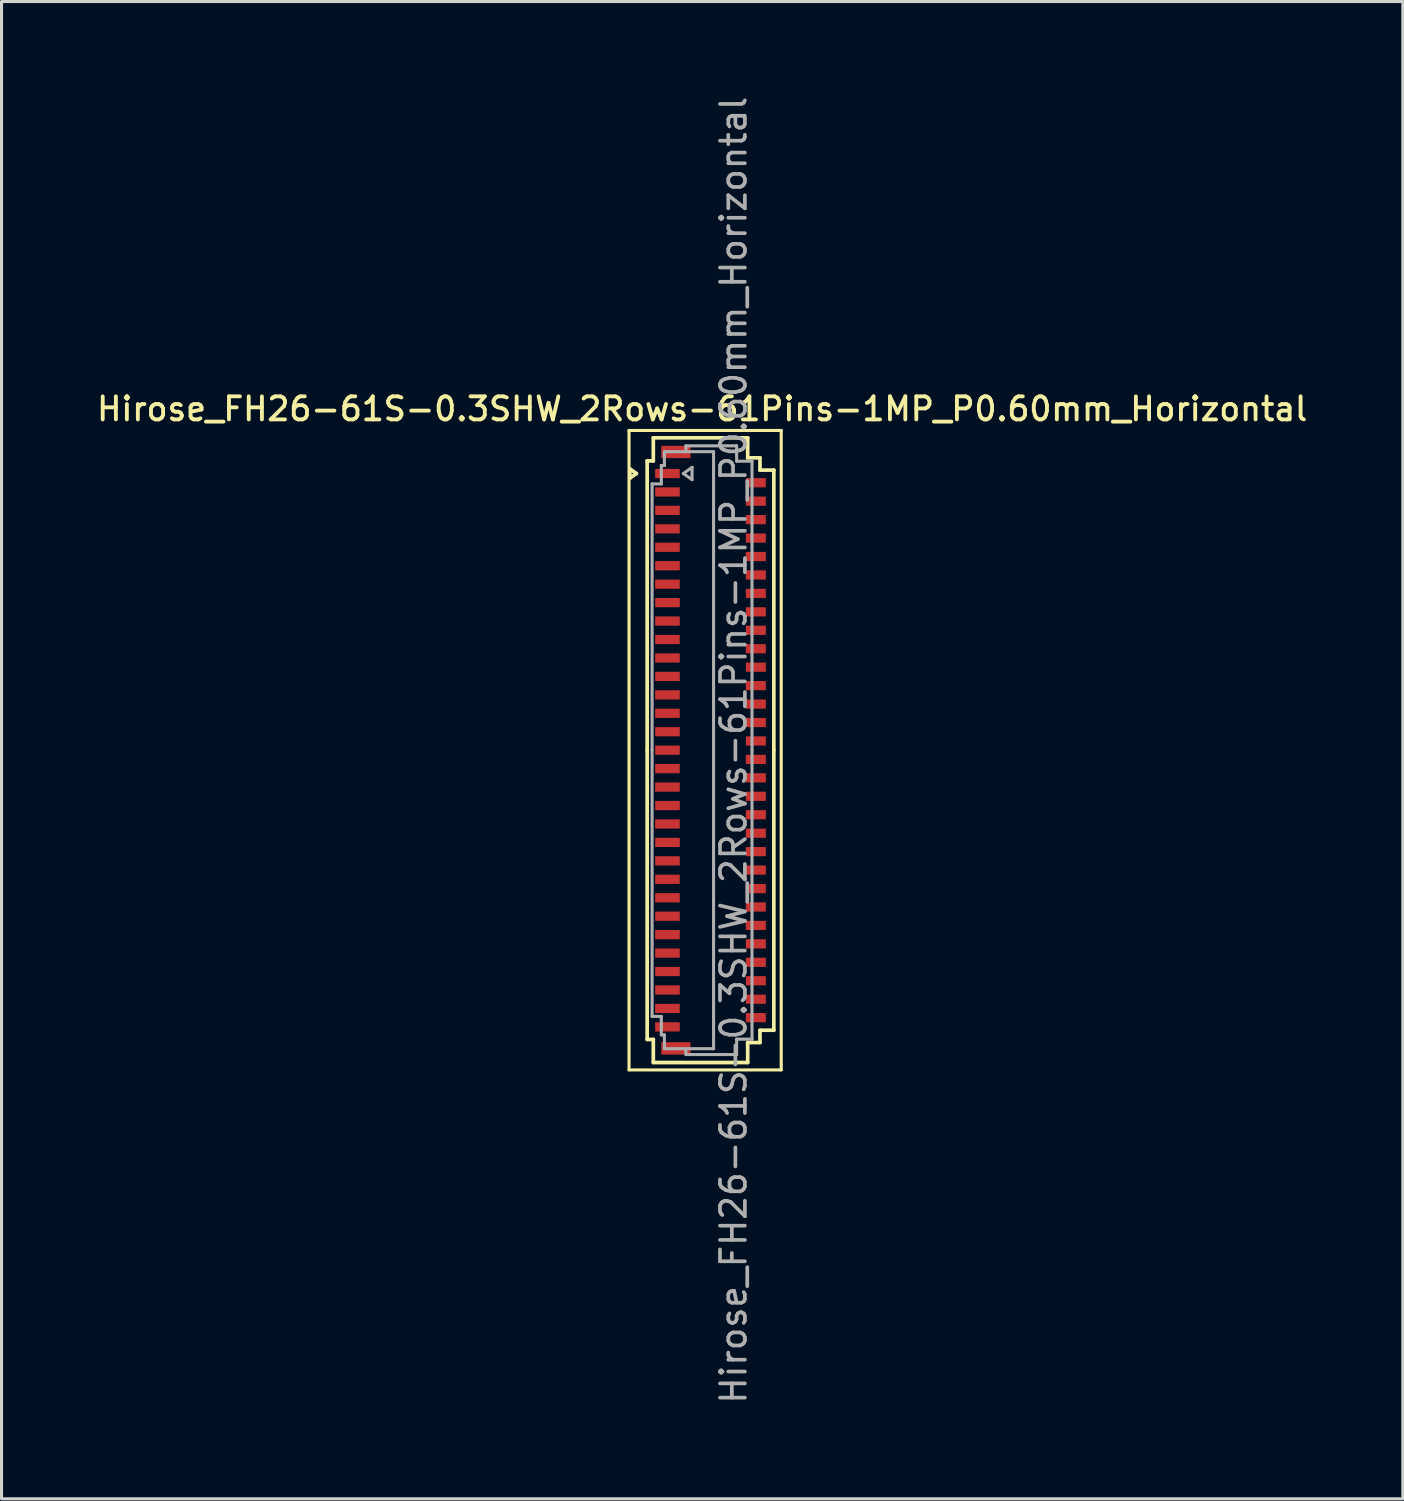
<source format=kicad_pcb>
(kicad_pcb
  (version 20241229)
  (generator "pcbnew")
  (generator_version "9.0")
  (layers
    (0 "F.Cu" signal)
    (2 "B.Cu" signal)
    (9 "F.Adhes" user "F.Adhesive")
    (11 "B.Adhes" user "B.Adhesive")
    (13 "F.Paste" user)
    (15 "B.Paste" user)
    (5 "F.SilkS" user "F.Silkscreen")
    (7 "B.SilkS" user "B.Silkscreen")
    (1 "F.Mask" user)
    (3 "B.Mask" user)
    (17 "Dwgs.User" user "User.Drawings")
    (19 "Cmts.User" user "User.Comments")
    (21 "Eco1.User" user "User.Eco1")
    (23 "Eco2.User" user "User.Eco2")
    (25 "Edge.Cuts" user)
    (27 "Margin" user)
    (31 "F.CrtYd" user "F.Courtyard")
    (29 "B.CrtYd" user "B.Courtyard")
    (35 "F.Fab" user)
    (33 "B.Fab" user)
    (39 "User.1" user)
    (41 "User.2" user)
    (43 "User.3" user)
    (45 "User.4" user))
  (footprint "Hirose_FH26-61S-0.3SHW_2Rows-61Pins-1MP_P0.60mm_Horizontal"
    (layer "F.Cu")
    (at 20.061 21.352)
    (property "Reference" "Hirose_FH26-61S-0.3SHW_2Rows-61Pins-1MP_P0.60mm_Horizontal" (at -0.27 -11.1 0) (layer "F.SilkS") (effects (font (size 0.75 0.75) (thickness 0.125))))
    (attr smd)
    (fp_line (start -2.65 -10.4) (end -2.65 10.4) (stroke (width 0.1) (type solid)) (layer "F.SilkS"))
    (fp_line (start -2.65 10.4) (end 2.3 10.4) (stroke (width 0.1) (type solid)) (layer "F.SilkS"))
    (fp_line (start -2.622 -9.15) (end -2.41 -9) (stroke (width 0.12) (type solid)) (layer "F.SilkS"))
    (fp_line (start -2.622 -8.85) (end -2.622 -9.15) (stroke (width 0.12) (type solid)) (layer "F.SilkS"))
    (fp_line (start -2.41 -9) (end -2.622 -8.85) (stroke (width 0.12) (type solid)) (layer "F.SilkS"))
    (fp_line (start -2.06 -9.41) (end -2.06 0) (stroke (width 0.12) (type solid)) (layer "F.SilkS"))
    (fp_line (start -2.06 9.41) (end -2.06 0) (stroke (width 0.12) (type solid)) (layer "F.SilkS"))
    (fp_line (start -1.86 -10.16) (end -1.86 -9.41) (stroke (width 0.12) (type solid)) (layer "F.SilkS"))
    (fp_line (start -1.86 -9.41) (end -2.06 -9.41) (stroke (width 0.12) (type solid)) (layer "F.SilkS"))
    (fp_line (start -1.86 9.41) (end -2.06 9.41) (stroke (width 0.12) (type solid)) (layer "F.SilkS"))
    (fp_line (start -1.86 10.16) (end -1.86 9.41) (stroke (width 0.12) (type solid)) (layer "F.SilkS"))
    (fp_line (start 1.21 -10.16) (end -1.86 -10.16) (stroke (width 0.12) (type solid)) (layer "F.SilkS"))
    (fp_line (start 1.21 -9.51) (end 1.21 -10.16) (stroke (width 0.12) (type solid)) (layer "F.SilkS"))
    (fp_line (start 1.21 9.51) (end 1.21 10.16) (stroke (width 0.12) (type solid)) (layer "F.SilkS"))
    (fp_line (start 1.21 10.16) (end -1.86 10.16) (stroke (width 0.12) (type solid)) (layer "F.SilkS"))
    (fp_line (start 1.61 -9.51) (end 1.21 -9.51) (stroke (width 0.12) (type solid)) (layer "F.SilkS"))
    (fp_line (start 1.61 -9.11) (end 1.61 -9.51) (stroke (width 0.12) (type solid)) (layer "F.SilkS"))
    (fp_line (start 1.61 9.11) (end 1.61 9.51) (stroke (width 0.12) (type solid)) (layer "F.SilkS"))
    (fp_line (start 1.61 9.51) (end 1.21 9.51) (stroke (width 0.12) (type solid)) (layer "F.SilkS"))
    (fp_line (start 2.06 -9.11) (end 1.61 -9.11) (stroke (width 0.12) (type solid)) (layer "F.SilkS"))
    (fp_line (start 2.06 0) (end 2.06 -9.11) (stroke (width 0.12) (type solid)) (layer "F.SilkS"))
    (fp_line (start 2.06 0) (end 2.06 9.11) (stroke (width 0.12) (type solid)) (layer "F.SilkS"))
    (fp_line (start 2.06 9.11) (end 1.61 9.11) (stroke (width 0.12) (type solid)) (layer "F.SilkS"))
    (fp_line (start 2.3 -10.4) (end -2.65 -10.4) (stroke (width 0.1) (type solid)) (layer "F.SilkS"))
    (fp_line (start 2.3 10.4) (end 2.3 -10.4) (stroke (width 0.1) (type solid)) (layer "F.SilkS"))
    (fp_line (start -1.9 -8.66) (end -1.6 -8.66) (stroke (width 0.1) (type solid)) (layer "F.Fab"))
    (fp_line (start -1.9 0) (end -1.9 -8.66) (stroke (width 0.1) (type solid)) (layer "F.Fab"))
    (fp_line (start -1.9 0) (end -1.9 8.66) (stroke (width 0.1) (type solid)) (layer "F.Fab"))
    (fp_line (start -1.9 8.66) (end -1.6 8.66) (stroke (width 0.1) (type solid)) (layer "F.Fab"))
    (fp_line (start -1.6 -9.26) (end -1.5 -9.26) (stroke (width 0.1) (type solid)) (layer "F.Fab"))
    (fp_line (start -1.6 -8.66) (end -1.6 -9.26) (stroke (width 0.1) (type solid)) (layer "F.Fab"))
    (fp_line (start -1.6 8.66) (end -1.6 9.26) (stroke (width 0.1) (type solid)) (layer "F.Fab"))
    (fp_line (start -1.6 9.26) (end -1.5 9.26) (stroke (width 0.1) (type solid)) (layer "F.Fab"))
    (fp_line (start -1.5 -9.71) (end -0.8 -9.71) (stroke (width 0.1) (type solid)) (layer "F.Fab"))
    (fp_line (start -1.5 -9.26) (end -1.5 -9.71) (stroke (width 0.1) (type solid)) (layer "F.Fab"))
    (fp_line (start -1.5 9.26) (end -1.5 9.71) (stroke (width 0.1) (type solid)) (layer "F.Fab"))
    (fp_line (start -1.5 9.71) (end -0.8 9.71) (stroke (width 0.1) (type solid)) (layer "F.Fab"))
    (fp_line (start -0.883 -9) (end -0.6 -8.8) (stroke (width 0.1) (type solid)) (layer "F.Fab"))
    (fp_line (start -0.8 -9.9) (end 0.85 -9.9) (stroke (width 0.1) (type solid)) (layer "F.Fab"))
    (fp_line (start -0.8 -9.71) (end -0.8 -9.9) (stroke (width 0.1) (type solid)) (layer "F.Fab"))
    (fp_line (start -0.8 9.71) (end -0.8 9.9) (stroke (width 0.1) (type solid)) (layer "F.Fab"))
    (fp_line (start -0.8 9.9) (end 0.85 9.9) (stroke (width 0.1) (type solid)) (layer "F.Fab"))
    (fp_line (start -0.6 -9.2) (end -0.883 -9) (stroke (width 0.1) (type solid)) (layer "F.Fab"))
    (fp_line (start -0.6 -8.8) (end -0.6 -9.2) (stroke (width 0.1) (type solid)) (layer "F.Fab"))
    (fp_line (start 0.1 -9.71) (end -0.8 -9.71) (stroke (width 0.1) (type solid)) (layer "F.Fab"))
    (fp_line (start 0.1 0) (end 0.1 -9.71) (stroke (width 0.1) (type solid)) (layer "F.Fab"))
    (fp_line (start 0.1 0) (end 0.1 9.71) (stroke (width 0.1) (type solid)) (layer "F.Fab"))
    (fp_line (start 0.1 9.71) (end -0.8 9.71) (stroke (width 0.1) (type solid)) (layer "F.Fab"))
    (fp_line (start 0.85 -9.9) (end 0.85 -9.4) (stroke (width 0.1) (type solid)) (layer "F.Fab"))
    (fp_line (start 0.85 -9.4) (end 1.35 -9.4) (stroke (width 0.1) (type solid)) (layer "F.Fab"))
    (fp_line (start 0.85 9.4) (end 1.35 9.4) (stroke (width 0.1) (type solid)) (layer "F.Fab"))
    (fp_line (start 0.85 9.9) (end 0.85 9.4) (stroke (width 0.1) (type solid)) (layer "F.Fab"))
    (fp_line (start 1.35 -9.4) (end 1.35 0) (stroke (width 0.1) (type solid)) (layer "F.Fab"))
    (fp_line (start 1.35 9.4) (end 1.35 0) (stroke (width 0.1) (type solid)) (layer "F.Fab"))
    (fp_text user "${REFERENCE}" (at 0.75 0 90) (layer "F.Fab") (effects (font (size 0.81 0.81) (thickness 0.12))))
    (pad "1" smd rect (at -1.4 -9) (size 0.8 0.3) (layers "F.Cu" "F.Mask" "F.Paste"))
    (pad "2" smd rect (at 1.475 -8.7) (size 0.65 0.3) (layers "F.Cu" "F.Mask" "F.Paste"))
    (pad "3" smd rect (at -1.4 -8.4) (size 0.8 0.3) (layers "F.Cu" "F.Mask" "F.Paste"))
    (pad "4" smd rect (at 1.475 -8.1) (size 0.65 0.3) (layers "F.Cu" "F.Mask" "F.Paste"))
    (pad "5" smd rect (at -1.4 -7.8) (size 0.8 0.3) (layers "F.Cu" "F.Mask" "F.Paste"))
    (pad "6" smd rect (at 1.475 -7.5) (size 0.65 0.3) (layers "F.Cu" "F.Mask" "F.Paste"))
    (pad "7" smd rect (at -1.4 -7.2) (size 0.8 0.3) (layers "F.Cu" "F.Mask" "F.Paste"))
    (pad "8" smd rect (at 1.475 -6.9) (size 0.65 0.3) (layers "F.Cu" "F.Mask" "F.Paste"))
    (pad "9" smd rect (at -1.4 -6.6) (size 0.8 0.3) (layers "F.Cu" "F.Mask" "F.Paste"))
    (pad "10" smd rect (at 1.475 -6.3) (size 0.65 0.3) (layers "F.Cu" "F.Mask" "F.Paste"))
    (pad "11" smd rect (at -1.4 -6) (size 0.8 0.3) (layers "F.Cu" "F.Mask" "F.Paste"))
    (pad "12" smd rect (at 1.475 -5.7) (size 0.65 0.3) (layers "F.Cu" "F.Mask" "F.Paste"))
    (pad "13" smd rect (at -1.4 -5.4) (size 0.8 0.3) (layers "F.Cu" "F.Mask" "F.Paste"))
    (pad "14" smd rect (at 1.475 -5.1) (size 0.65 0.3) (layers "F.Cu" "F.Mask" "F.Paste"))
    (pad "15" smd rect (at -1.4 -4.8) (size 0.8 0.3) (layers "F.Cu" "F.Mask" "F.Paste"))
    (pad "16" smd rect (at 1.475 -4.5) (size 0.65 0.3) (layers "F.Cu" "F.Mask" "F.Paste"))
    (pad "17" smd rect (at -1.4 -4.2) (size 0.8 0.3) (layers "F.Cu" "F.Mask" "F.Paste"))
    (pad "18" smd rect (at 1.475 -3.9) (size 0.65 0.3) (layers "F.Cu" "F.Mask" "F.Paste"))
    (pad "19" smd rect (at -1.4 -3.6) (size 0.8 0.3) (layers "F.Cu" "F.Mask" "F.Paste"))
    (pad "20" smd rect (at 1.475 -3.3) (size 0.65 0.3) (layers "F.Cu" "F.Mask" "F.Paste"))
    (pad "21" smd rect (at -1.4 -3) (size 0.8 0.3) (layers "F.Cu" "F.Mask" "F.Paste"))
    (pad "22" smd rect (at 1.475 -2.7) (size 0.65 0.3) (layers "F.Cu" "F.Mask" "F.Paste"))
    (pad "23" smd rect (at -1.4 -2.4) (size 0.8 0.3) (layers "F.Cu" "F.Mask" "F.Paste"))
    (pad "24" smd rect (at 1.475 -2.1) (size 0.65 0.3) (layers "F.Cu" "F.Mask" "F.Paste"))
    (pad "25" smd rect (at -1.4 -1.8) (size 0.8 0.3) (layers "F.Cu" "F.Mask" "F.Paste"))
    (pad "26" smd rect (at 1.475 -1.5) (size 0.65 0.3) (layers "F.Cu" "F.Mask" "F.Paste"))
    (pad "27" smd rect (at -1.4 -1.2) (size 0.8 0.3) (layers "F.Cu" "F.Mask" "F.Paste"))
    (pad "28" smd rect (at 1.475 -0.9) (size 0.65 0.3) (layers "F.Cu" "F.Mask" "F.Paste"))
    (pad "29" smd rect (at -1.4 -0.6) (size 0.8 0.3) (layers "F.Cu" "F.Mask" "F.Paste"))
    (pad "30" smd rect (at 1.475 -0.3) (size 0.65 0.3) (layers "F.Cu" "F.Mask" "F.Paste"))
    (pad "31" smd rect (at -1.4 0) (size 0.8 0.3) (layers "F.Cu" "F.Mask" "F.Paste"))
    (pad "32" smd rect (at 1.475 0.3) (size 0.65 0.3) (layers "F.Cu" "F.Mask" "F.Paste"))
    (pad "33" smd rect (at -1.4 0.6) (size 0.8 0.3) (layers "F.Cu" "F.Mask" "F.Paste"))
    (pad "34" smd rect (at 1.475 0.9) (size 0.65 0.3) (layers "F.Cu" "F.Mask" "F.Paste"))
    (pad "35" smd rect (at -1.4 1.2) (size 0.8 0.3) (layers "F.Cu" "F.Mask" "F.Paste"))
    (pad "36" smd rect (at 1.475 1.5) (size 0.65 0.3) (layers "F.Cu" "F.Mask" "F.Paste"))
    (pad "37" smd rect (at -1.4 1.8) (size 0.8 0.3) (layers "F.Cu" "F.Mask" "F.Paste"))
    (pad "38" smd rect (at 1.475 2.1) (size 0.65 0.3) (layers "F.Cu" "F.Mask" "F.Paste"))
    (pad "39" smd rect (at -1.4 2.4) (size 0.8 0.3) (layers "F.Cu" "F.Mask" "F.Paste"))
    (pad "40" smd rect (at 1.475 2.7) (size 0.65 0.3) (layers "F.Cu" "F.Mask" "F.Paste"))
    (pad "41" smd rect (at -1.4 3) (size 0.8 0.3) (layers "F.Cu" "F.Mask" "F.Paste"))
    (pad "42" smd rect (at 1.475 3.3) (size 0.65 0.3) (layers "F.Cu" "F.Mask" "F.Paste"))
    (pad "43" smd rect (at -1.4 3.6) (size 0.8 0.3) (layers "F.Cu" "F.Mask" "F.Paste"))
    (pad "44" smd rect (at 1.475 3.9) (size 0.65 0.3) (layers "F.Cu" "F.Mask" "F.Paste"))
    (pad "45" smd rect (at -1.4 4.2) (size 0.8 0.3) (layers "F.Cu" "F.Mask" "F.Paste"))
    (pad "46" smd rect (at 1.475 4.5) (size 0.65 0.3) (layers "F.Cu" "F.Mask" "F.Paste"))
    (pad "47" smd rect (at -1.4 4.8) (size 0.8 0.3) (layers "F.Cu" "F.Mask" "F.Paste"))
    (pad "48" smd rect (at 1.475 5.1) (size 0.65 0.3) (layers "F.Cu" "F.Mask" "F.Paste"))
    (pad "49" smd rect (at -1.4 5.4) (size 0.8 0.3) (layers "F.Cu" "F.Mask" "F.Paste"))
    (pad "50" smd rect (at 1.475 5.7) (size 0.65 0.3) (layers "F.Cu" "F.Mask" "F.Paste"))
    (pad "51" smd rect (at -1.4 6) (size 0.8 0.3) (layers "F.Cu" "F.Mask" "F.Paste"))
    (pad "52" smd rect (at 1.475 6.3) (size 0.65 0.3) (layers "F.Cu" "F.Mask" "F.Paste"))
    (pad "53" smd rect (at -1.4 6.6) (size 0.8 0.3) (layers "F.Cu" "F.Mask" "F.Paste"))
    (pad "54" smd rect (at 1.475 6.9) (size 0.65 0.3) (layers "F.Cu" "F.Mask" "F.Paste"))
    (pad "55" smd rect (at -1.4 7.2) (size 0.8 0.3) (layers "F.Cu" "F.Mask" "F.Paste"))
    (pad "56" smd rect (at 1.475 7.5) (size 0.65 0.3) (layers "F.Cu" "F.Mask" "F.Paste"))
    (pad "57" smd rect (at -1.4 7.8) (size 0.8 0.3) (layers "F.Cu" "F.Mask" "F.Paste"))
    (pad "58" smd rect (at 1.475 8.1) (size 0.65 0.3) (layers "F.Cu" "F.Mask" "F.Paste"))
    (pad "59" smd rect (at -1.4 8.4) (size 0.8 0.3) (layers "F.Cu" "F.Mask" "F.Paste"))
    (pad "60" smd rect (at 1.475 8.7) (size 0.65 0.3) (layers "F.Cu" "F.Mask" "F.Paste"))
    (pad "61" smd rect (at -1.4 9) (size 0.8 0.3) (layers "F.Cu" "F.Mask" "F.Paste"))
    (pad "MP" smd rect (at -1.125 -9.7) (size 0.95 0.4) (layers "F.Cu" "F.Mask" "F.Paste"))
    (pad "MP" smd rect (at -1.125 9.7) (size 0.95 0.4) (layers "F.Cu" "F.Mask" "F.Paste")))
  (gr_rect
    (start -3 -3)
    (end 42.582 45.704)
    (stroke (width 0.1) (type default))
    (fill no)
    (layer "Edge.Cuts")))
</source>
